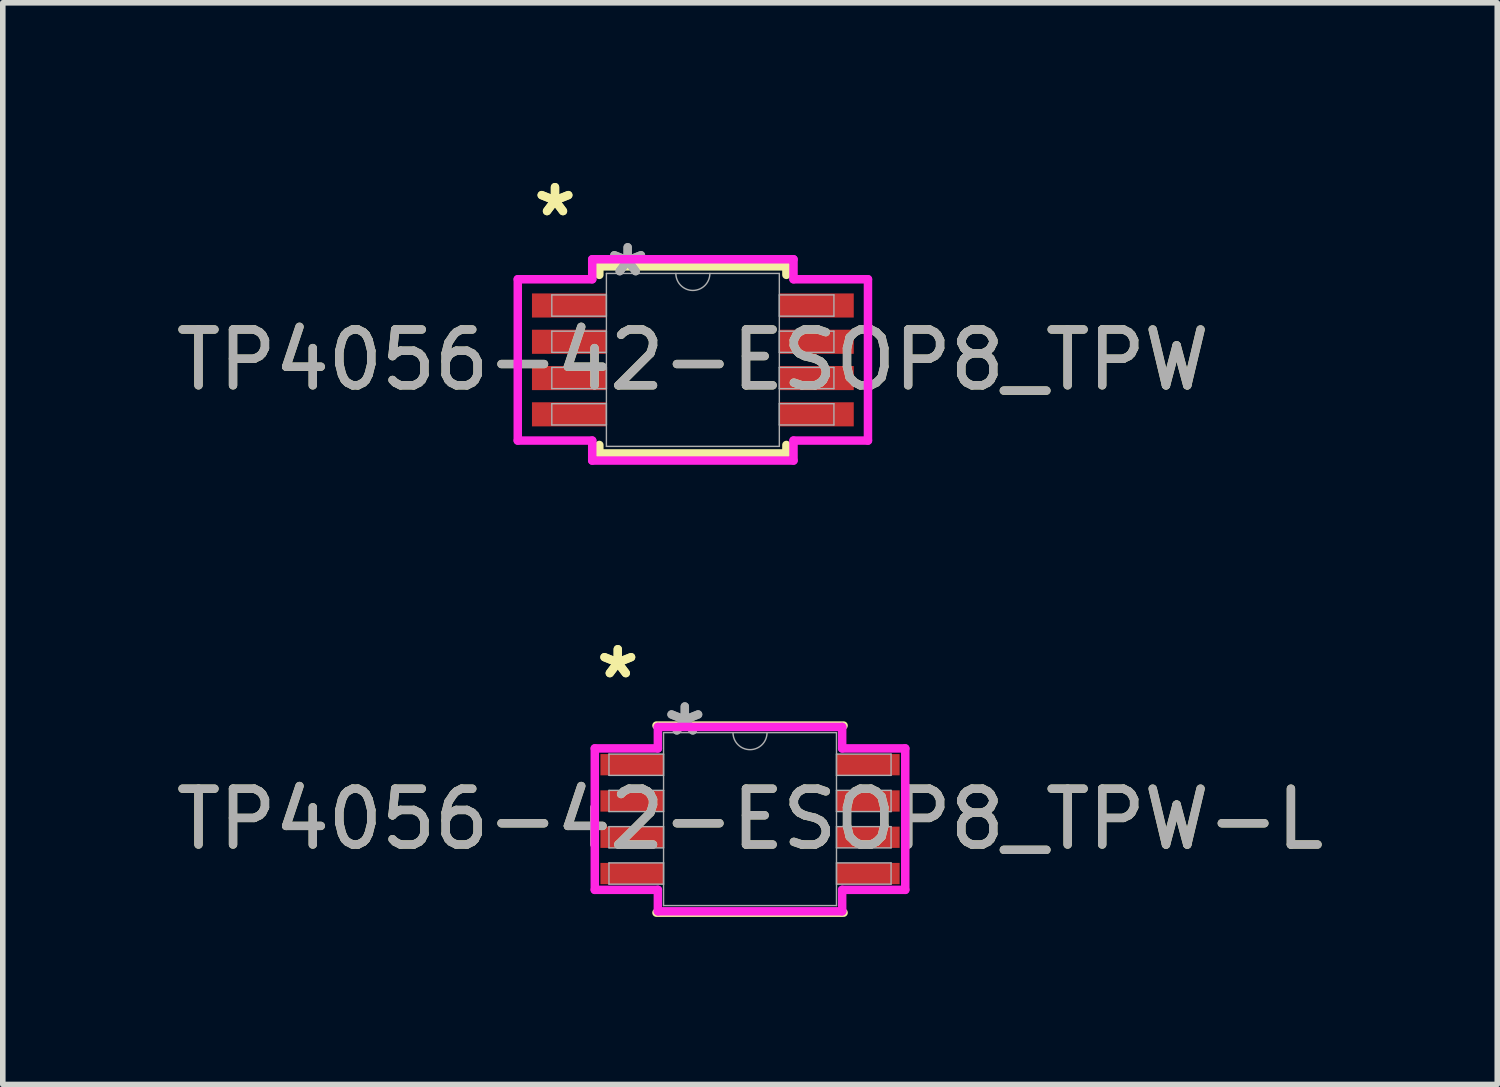
<source format=kicad_pcb>
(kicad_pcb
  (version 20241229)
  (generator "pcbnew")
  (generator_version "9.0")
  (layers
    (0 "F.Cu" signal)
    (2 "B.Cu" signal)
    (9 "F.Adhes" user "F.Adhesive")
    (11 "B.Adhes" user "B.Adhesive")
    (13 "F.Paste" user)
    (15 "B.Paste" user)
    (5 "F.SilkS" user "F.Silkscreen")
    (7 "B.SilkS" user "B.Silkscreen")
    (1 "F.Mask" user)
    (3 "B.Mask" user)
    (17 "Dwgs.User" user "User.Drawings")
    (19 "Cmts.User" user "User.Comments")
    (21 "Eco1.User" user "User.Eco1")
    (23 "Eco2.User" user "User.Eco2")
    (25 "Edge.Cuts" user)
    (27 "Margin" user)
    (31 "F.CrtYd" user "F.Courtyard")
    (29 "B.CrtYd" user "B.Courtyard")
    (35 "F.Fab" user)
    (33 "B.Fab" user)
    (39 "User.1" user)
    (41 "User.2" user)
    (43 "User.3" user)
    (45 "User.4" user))
  (footprint "TP4056-42-ESOP8_TPW"
    (layer "F.Cu")
    (at 9.363 3.398)
    (property "Reference" "TP4056-42-ESOP8_TPW" (at 0 0 0) (unlocked yes) (layer "F.SilkS") (effects (font (size 1 1) (thickness 0.15))))
    (attr smd)
    (fp_line (start -1.676 -1.676) (end -1.676 -1.524) (stroke (width 0.152) (type solid)) (layer "F.SilkS"))
    (fp_line (start -1.676 1.524) (end -1.676 1.676) (stroke (width 0.152) (type solid)) (layer "F.SilkS"))
    (fp_line (start -1.676 1.676) (end 1.676 1.676) (stroke (width 0.152) (type solid)) (layer "F.SilkS"))
    (fp_line (start 1.676 -1.676) (end -1.676 -1.676) (stroke (width 0.152) (type solid)) (layer "F.SilkS"))
    (fp_line (start 1.676 -1.524) (end 1.676 -1.676) (stroke (width 0.152) (type solid)) (layer "F.SilkS"))
    (fp_line (start 1.676 1.676) (end 1.676 1.524) (stroke (width 0.152) (type solid)) (layer "F.SilkS"))
    (fp_line (start -3.137 -1.445) (end -1.803 -1.445) (stroke (width 0.152) (type solid)) (layer "F.CrtYd"))
    (fp_line (start -3.137 1.445) (end -3.137 -1.445) (stroke (width 0.152) (type solid)) (layer "F.CrtYd"))
    (fp_line (start -3.137 1.445) (end -1.803 1.445) (stroke (width 0.152) (type solid)) (layer "F.CrtYd"))
    (fp_line (start -1.803 -1.803) (end 1.803 -1.803) (stroke (width 0.152) (type solid)) (layer "F.CrtYd"))
    (fp_line (start -1.803 -1.445) (end -1.803 -1.803) (stroke (width 0.152) (type solid)) (layer "F.CrtYd"))
    (fp_line (start -1.803 1.803) (end -1.803 1.445) (stroke (width 0.152) (type solid)) (layer "F.CrtYd"))
    (fp_line (start 1.803 -1.803) (end 1.803 -1.445) (stroke (width 0.152) (type solid)) (layer "F.CrtYd"))
    (fp_line (start 1.803 1.445) (end 1.803 1.803) (stroke (width 0.152) (type solid)) (layer "F.CrtYd"))
    (fp_line (start 1.803 1.803) (end -1.803 1.803) (stroke (width 0.152) (type solid)) (layer "F.CrtYd"))
    (fp_line (start 3.137 -1.445) (end 1.803 -1.445) (stroke (width 0.152) (type solid)) (layer "F.CrtYd"))
    (fp_line (start 3.137 -1.445) (end 3.137 1.445) (stroke (width 0.152) (type solid)) (layer "F.CrtYd"))
    (fp_line (start 3.137 1.445) (end 1.803 1.445) (stroke (width 0.152) (type solid)) (layer "F.CrtYd"))
    (fp_line (start -2.527 -1.165) (end -2.527 -0.784) (stroke (width 0.025) (type solid)) (layer "F.Fab"))
    (fp_line (start -2.527 -0.784) (end -1.549 -0.784) (stroke (width 0.025) (type solid)) (layer "F.Fab"))
    (fp_line (start -2.527 -0.515) (end -2.527 -0.135) (stroke (width 0.025) (type solid)) (layer "F.Fab"))
    (fp_line (start -2.527 -0.135) (end -1.549 -0.135) (stroke (width 0.025) (type solid)) (layer "F.Fab"))
    (fp_line (start -2.527 0.135) (end -2.527 0.515) (stroke (width 0.025) (type solid)) (layer "F.Fab"))
    (fp_line (start -2.527 0.515) (end -1.549 0.515) (stroke (width 0.025) (type solid)) (layer "F.Fab"))
    (fp_line (start -2.527 0.784) (end -2.527 1.165) (stroke (width 0.025) (type solid)) (layer "F.Fab"))
    (fp_line (start -2.527 1.165) (end -1.549 1.165) (stroke (width 0.025) (type solid)) (layer "F.Fab"))
    (fp_line (start -1.549 -1.549) (end -1.549 1.549) (stroke (width 0.025) (type solid)) (layer "F.Fab"))
    (fp_line (start -1.549 -1.165) (end -2.527 -1.165) (stroke (width 0.025) (type solid)) (layer "F.Fab"))
    (fp_line (start -1.549 -0.784) (end -1.549 -1.165) (stroke (width 0.025) (type solid)) (layer "F.Fab"))
    (fp_line (start -1.549 -0.515) (end -2.527 -0.515) (stroke (width 0.025) (type solid)) (layer "F.Fab"))
    (fp_line (start -1.549 -0.135) (end -1.549 -0.515) (stroke (width 0.025) (type solid)) (layer "F.Fab"))
    (fp_line (start -1.549 0.135) (end -2.527 0.135) (stroke (width 0.025) (type solid)) (layer "F.Fab"))
    (fp_line (start -1.549 0.515) (end -1.549 0.135) (stroke (width 0.025) (type solid)) (layer "F.Fab"))
    (fp_line (start -1.549 0.784) (end -2.527 0.784) (stroke (width 0.025) (type solid)) (layer "F.Fab"))
    (fp_line (start -1.549 1.165) (end -1.549 0.784) (stroke (width 0.025) (type solid)) (layer "F.Fab"))
    (fp_line (start -1.549 1.549) (end 1.549 1.549) (stroke (width 0.025) (type solid)) (layer "F.Fab"))
    (fp_line (start 1.549 -1.549) (end -1.549 -1.549) (stroke (width 0.025) (type solid)) (layer "F.Fab"))
    (fp_line (start 1.549 -1.165) (end 1.549 -0.784) (stroke (width 0.025) (type solid)) (layer "F.Fab"))
    (fp_line (start 1.549 -0.784) (end 2.527 -0.784) (stroke (width 0.025) (type solid)) (layer "F.Fab"))
    (fp_line (start 1.549 -0.515) (end 1.549 -0.135) (stroke (width 0.025) (type solid)) (layer "F.Fab"))
    (fp_line (start 1.549 -0.135) (end 2.527 -0.135) (stroke (width 0.025) (type solid)) (layer "F.Fab"))
    (fp_line (start 1.549 0.135) (end 1.549 0.515) (stroke (width 0.025) (type solid)) (layer "F.Fab"))
    (fp_line (start 1.549 0.515) (end 2.527 0.515) (stroke (width 0.025) (type solid)) (layer "F.Fab"))
    (fp_line (start 1.549 0.784) (end 1.549 1.165) (stroke (width 0.025) (type solid)) (layer "F.Fab"))
    (fp_line (start 1.549 1.165) (end 2.527 1.165) (stroke (width 0.025) (type solid)) (layer "F.Fab"))
    (fp_line (start 1.549 1.549) (end 1.549 -1.549) (stroke (width 0.025) (type solid)) (layer "F.Fab"))
    (fp_line (start 2.527 -1.165) (end 1.549 -1.165) (stroke (width 0.025) (type solid)) (layer "F.Fab"))
    (fp_line (start 2.527 -0.784) (end 2.527 -1.165) (stroke (width 0.025) (type solid)) (layer "F.Fab"))
    (fp_line (start 2.527 -0.515) (end 1.549 -0.515) (stroke (width 0.025) (type solid)) (layer "F.Fab"))
    (fp_line (start 2.527 -0.135) (end 2.527 -0.515) (stroke (width 0.025) (type solid)) (layer "F.Fab"))
    (fp_line (start 2.527 0.135) (end 1.549 0.135) (stroke (width 0.025) (type solid)) (layer "F.Fab"))
    (fp_line (start 2.527 0.515) (end 2.527 0.135) (stroke (width 0.025) (type solid)) (layer "F.Fab"))
    (fp_line (start 2.527 0.784) (end 1.549 0.784) (stroke (width 0.025) (type solid)) (layer "F.Fab"))
    (fp_line (start 2.527 1.165) (end 2.527 0.784) (stroke (width 0.025) (type solid)) (layer "F.Fab"))
    (fp_arc (start 0.3048 -1.5494) (mid 0 -1.2446) (end -0.3048 -1.5494) (stroke (width 0.0254) (type solid)) (layer "F.Fab"))
    (fp_text user "*" (at -2.47 -2.55 0) (layer "F.SilkS") (effects (font (size 1 1) (thickness 0.15))))
    (fp_text user "*" (at -2.47 -2.55 0) (unlocked yes) (layer "F.SilkS") (effects (font (size 1 1) (thickness 0.15))))
    (fp_text user "*" (at -1.168 -1.473 0) (unlocked yes) (layer "F.Fab") (effects (font (size 1 1) (thickness 0.15))))
    (fp_text user "*" (at -1.168 -1.473 0) (layer "F.Fab") (effects (font (size 1 1) (thickness 0.15))))
    (fp_text user "${REFERENCE}" (at 0 0 0) (unlocked yes) (layer "F.Fab") (effects (font (size 1 1) (thickness 0.15))))
    (pad "1" smd rect (at -2.216 -0.975) (size 1.333 0.432) (layers "F.Cu" "F.Mask" "F.Paste"))
    (pad "2" smd rect (at -2.216 -0.325) (size 1.333 0.432) (layers "F.Cu" "F.Mask" "F.Paste"))
    (pad "3" smd rect (at -2.216 0.325) (size 1.333 0.432) (layers "F.Cu" "F.Mask" "F.Paste"))
    (pad "4" smd rect (at -2.216 0.975) (size 1.333 0.432) (layers "F.Cu" "F.Mask" "F.Paste"))
    (pad "5" smd rect (at 2.216 0.975) (size 1.333 0.432) (layers "F.Cu" "F.Mask" "F.Paste"))
    (pad "6" smd rect (at 2.216 0.325) (size 1.333 0.432) (layers "F.Cu" "F.Mask" "F.Paste"))
    (pad "7" smd rect (at 2.216 -0.325) (size 1.333 0.432) (layers "F.Cu" "F.Mask" "F.Paste"))
    (pad "8" smd rect (at 2.216 -0.975) (size 1.333 0.432) (layers "F.Cu" "F.Mask" "F.Paste")))
  (footprint "TP4056-42-ESOP8_TPW-L"
    (layer "F.Cu")
    (at 10.387 11.625)
    (property "Reference" "TP4056-42-ESOP8_TPW-L" (at 0 0 0) (unlocked yes) (layer "F.SilkS") (effects (font (size 1 1) (thickness 0.15))))
    (attr smd)
    (fp_line (start -1.676 1.676) (end 1.676 1.676) (stroke (width 0.152) (type solid)) (layer "F.SilkS"))
    (fp_line (start 1.676 -1.676) (end -1.676 -1.676) (stroke (width 0.152) (type solid)) (layer "F.SilkS"))
    (fp_line (start -2.781 -1.267) (end -1.651 -1.267) (stroke (width 0.152) (type solid)) (layer "F.CrtYd"))
    (fp_line (start -2.781 1.267) (end -2.781 -1.267) (stroke (width 0.152) (type solid)) (layer "F.CrtYd"))
    (fp_line (start -2.781 1.267) (end -1.651 1.267) (stroke (width 0.152) (type solid)) (layer "F.CrtYd"))
    (fp_line (start -1.651 -1.651) (end 1.651 -1.651) (stroke (width 0.152) (type solid)) (layer "F.CrtYd"))
    (fp_line (start -1.651 -1.267) (end -1.651 -1.651) (stroke (width 0.152) (type solid)) (layer "F.CrtYd"))
    (fp_line (start -1.651 1.651) (end -1.651 1.267) (stroke (width 0.152) (type solid)) (layer "F.CrtYd"))
    (fp_line (start 1.651 -1.651) (end 1.651 -1.267) (stroke (width 0.152) (type solid)) (layer "F.CrtYd"))
    (fp_line (start 1.651 1.267) (end 1.651 1.651) (stroke (width 0.152) (type solid)) (layer "F.CrtYd"))
    (fp_line (start 1.651 1.651) (end -1.651 1.651) (stroke (width 0.152) (type solid)) (layer "F.CrtYd"))
    (fp_line (start 2.781 -1.267) (end 1.651 -1.267) (stroke (width 0.152) (type solid)) (layer "F.CrtYd"))
    (fp_line (start 2.781 -1.267) (end 2.781 1.267) (stroke (width 0.152) (type solid)) (layer "F.CrtYd"))
    (fp_line (start 2.781 1.267) (end 1.651 1.267) (stroke (width 0.152) (type solid)) (layer "F.CrtYd"))
    (fp_line (start -2.527 -1.165) (end -2.527 -0.784) (stroke (width 0.025) (type solid)) (layer "F.Fab"))
    (fp_line (start -2.527 -0.784) (end -1.549 -0.784) (stroke (width 0.025) (type solid)) (layer "F.Fab"))
    (fp_line (start -2.527 -0.515) (end -2.527 -0.135) (stroke (width 0.025) (type solid)) (layer "F.Fab"))
    (fp_line (start -2.527 -0.135) (end -1.549 -0.135) (stroke (width 0.025) (type solid)) (layer "F.Fab"))
    (fp_line (start -2.527 0.135) (end -2.527 0.515) (stroke (width 0.025) (type solid)) (layer "F.Fab"))
    (fp_line (start -2.527 0.515) (end -1.549 0.515) (stroke (width 0.025) (type solid)) (layer "F.Fab"))
    (fp_line (start -2.527 0.784) (end -2.527 1.165) (stroke (width 0.025) (type solid)) (layer "F.Fab"))
    (fp_line (start -2.527 1.165) (end -1.549 1.165) (stroke (width 0.025) (type solid)) (layer "F.Fab"))
    (fp_line (start -1.549 -1.549) (end -1.549 1.549) (stroke (width 0.025) (type solid)) (layer "F.Fab"))
    (fp_line (start -1.549 -1.165) (end -2.527 -1.165) (stroke (width 0.025) (type solid)) (layer "F.Fab"))
    (fp_line (start -1.549 -0.784) (end -1.549 -1.165) (stroke (width 0.025) (type solid)) (layer "F.Fab"))
    (fp_line (start -1.549 -0.515) (end -2.527 -0.515) (stroke (width 0.025) (type solid)) (layer "F.Fab"))
    (fp_line (start -1.549 -0.135) (end -1.549 -0.515) (stroke (width 0.025) (type solid)) (layer "F.Fab"))
    (fp_line (start -1.549 0.135) (end -2.527 0.135) (stroke (width 0.025) (type solid)) (layer "F.Fab"))
    (fp_line (start -1.549 0.515) (end -1.549 0.135) (stroke (width 0.025) (type solid)) (layer "F.Fab"))
    (fp_line (start -1.549 0.784) (end -2.527 0.784) (stroke (width 0.025) (type solid)) (layer "F.Fab"))
    (fp_line (start -1.549 1.165) (end -1.549 0.784) (stroke (width 0.025) (type solid)) (layer "F.Fab"))
    (fp_line (start -1.549 1.549) (end 1.549 1.549) (stroke (width 0.025) (type solid)) (layer "F.Fab"))
    (fp_line (start 1.549 -1.549) (end -1.549 -1.549) (stroke (width 0.025) (type solid)) (layer "F.Fab"))
    (fp_line (start 1.549 -1.165) (end 1.549 -0.784) (stroke (width 0.025) (type solid)) (layer "F.Fab"))
    (fp_line (start 1.549 -0.784) (end 2.527 -0.784) (stroke (width 0.025) (type solid)) (layer "F.Fab"))
    (fp_line (start 1.549 -0.515) (end 1.549 -0.135) (stroke (width 0.025) (type solid)) (layer "F.Fab"))
    (fp_line (start 1.549 -0.135) (end 2.527 -0.135) (stroke (width 0.025) (type solid)) (layer "F.Fab"))
    (fp_line (start 1.549 0.135) (end 1.549 0.515) (stroke (width 0.025) (type solid)) (layer "F.Fab"))
    (fp_line (start 1.549 0.515) (end 2.527 0.515) (stroke (width 0.025) (type solid)) (layer "F.Fab"))
    (fp_line (start 1.549 0.784) (end 1.549 1.165) (stroke (width 0.025) (type solid)) (layer "F.Fab"))
    (fp_line (start 1.549 1.165) (end 2.527 1.165) (stroke (width 0.025) (type solid)) (layer "F.Fab"))
    (fp_line (start 1.549 1.549) (end 1.549 -1.549) (stroke (width 0.025) (type solid)) (layer "F.Fab"))
    (fp_line (start 2.527 -1.165) (end 1.549 -1.165) (stroke (width 0.025) (type solid)) (layer "F.Fab"))
    (fp_line (start 2.527 -0.784) (end 2.527 -1.165) (stroke (width 0.025) (type solid)) (layer "F.Fab"))
    (fp_line (start 2.527 -0.515) (end 1.549 -0.515) (stroke (width 0.025) (type solid)) (layer "F.Fab"))
    (fp_line (start 2.527 -0.135) (end 2.527 -0.515) (stroke (width 0.025) (type solid)) (layer "F.Fab"))
    (fp_line (start 2.527 0.135) (end 1.549 0.135) (stroke (width 0.025) (type solid)) (layer "F.Fab"))
    (fp_line (start 2.527 0.515) (end 2.527 0.135) (stroke (width 0.025) (type solid)) (layer "F.Fab"))
    (fp_line (start 2.527 0.784) (end 1.549 0.784) (stroke (width 0.025) (type solid)) (layer "F.Fab"))
    (fp_line (start 2.527 1.165) (end 2.527 0.784) (stroke (width 0.025) (type solid)) (layer "F.Fab"))
    (fp_arc (start 0.3048 -1.5494) (mid 0 -1.2446) (end -0.3048 -1.5494) (stroke (width 0.0254) (type solid)) (layer "F.Fab"))
    (fp_text user "*" (at -2.369 -2.499 0) (layer "F.SilkS") (effects (font (size 1 1) (thickness 0.15))))
    (fp_text user "*" (at -2.369 -2.499 0) (unlocked yes) (layer "F.SilkS") (effects (font (size 1 1) (thickness 0.15))))
    (fp_text user "${REFERENCE}" (at 0 0 0) (unlocked yes) (layer "F.Fab") (effects (font (size 1 1) (thickness 0.15))))
    (fp_text user "*" (at -1.168 -1.473 0) (layer "F.Fab") (effects (font (size 1 1) (thickness 0.15))))
    (fp_text user "*" (at -1.168 -1.473 0) (unlocked yes) (layer "F.Fab") (effects (font (size 1 1) (thickness 0.15))))
    (pad "1" smd rect (at -2.115 -0.975) (size 1.13 0.381) (layers "F.Cu" "F.Mask" "F.Paste"))
    (pad "2" smd rect (at -2.115 -0.325) (size 1.13 0.381) (layers "F.Cu" "F.Mask" "F.Paste"))
    (pad "3" smd rect (at -2.115 0.325) (size 1.13 0.381) (layers "F.Cu" "F.Mask" "F.Paste"))
    (pad "4" smd rect (at -2.115 0.975) (size 1.13 0.381) (layers "F.Cu" "F.Mask" "F.Paste"))
    (pad "5" smd rect (at 2.115 0.975) (size 1.13 0.381) (layers "F.Cu" "F.Mask" "F.Paste"))
    (pad "6" smd rect (at 2.115 0.325) (size 1.13 0.381) (layers "F.Cu" "F.Mask" "F.Paste"))
    (pad "7" smd rect (at 2.115 -0.325) (size 1.13 0.381) (layers "F.Cu" "F.Mask" "F.Paste"))
    (pad "8" smd rect (at 2.115 -0.975) (size 1.13 0.381) (layers "F.Cu" "F.Mask" "F.Paste")))
  (gr_rect
    (start -3 -3)
    (end 23.774 16.378)
    (stroke (width 0.1) (type default))
    (fill no)
    (layer "Edge.Cuts")))
</source>
